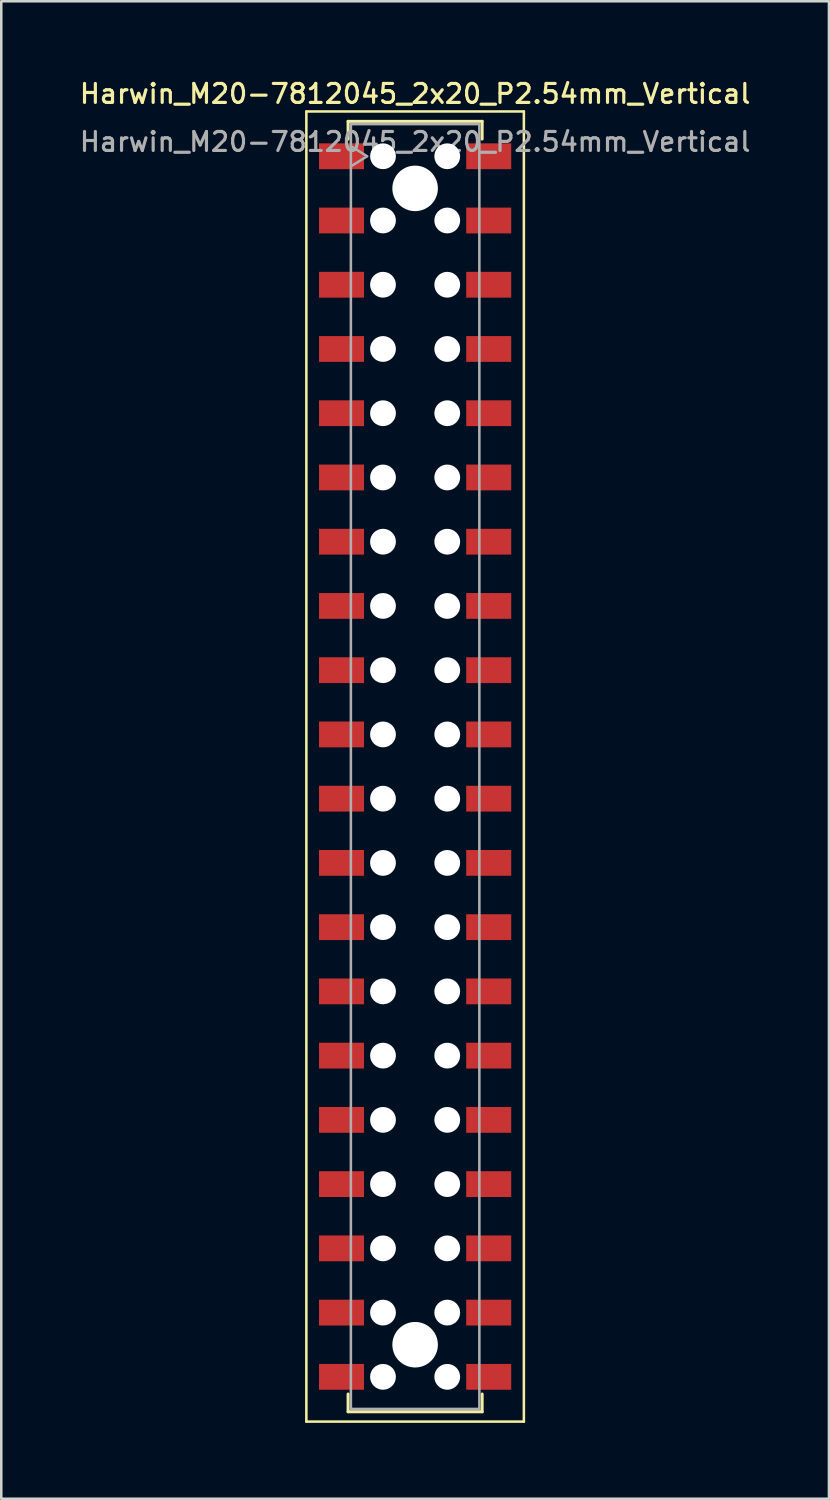
<source format=kicad_pcb>
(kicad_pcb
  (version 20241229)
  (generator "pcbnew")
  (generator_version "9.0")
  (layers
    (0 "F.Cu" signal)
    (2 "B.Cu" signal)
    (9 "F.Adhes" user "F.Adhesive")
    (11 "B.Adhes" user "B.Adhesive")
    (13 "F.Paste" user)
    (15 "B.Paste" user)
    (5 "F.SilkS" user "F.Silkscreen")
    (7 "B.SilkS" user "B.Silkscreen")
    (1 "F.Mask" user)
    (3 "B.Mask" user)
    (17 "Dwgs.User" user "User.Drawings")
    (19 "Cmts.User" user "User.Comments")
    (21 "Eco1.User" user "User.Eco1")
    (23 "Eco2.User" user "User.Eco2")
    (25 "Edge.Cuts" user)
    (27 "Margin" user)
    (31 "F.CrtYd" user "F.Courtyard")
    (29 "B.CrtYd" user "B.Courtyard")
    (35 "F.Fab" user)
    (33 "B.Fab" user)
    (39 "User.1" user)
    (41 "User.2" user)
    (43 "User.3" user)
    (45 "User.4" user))
  (footprint "Harwin_M20-7812045_2x20_P2.54mm_Vertical"
    (layer "F.Cu")
    (at 13.363 27.258)
    (property "Reference" "Harwin_M20-7812045_2x20_P2.54mm_Vertical" (at 0 -26.6 0) (layer "F.SilkS") (effects (font (size 0.75 0.75) (thickness 0.125))))
    (attr smd)
    (fp_line (start -4.3 -25.9) (end 4.3 -25.9) (stroke (width 0.1) (type solid)) (layer "F.SilkS"))
    (fp_line (start -4.3 25.9) (end -4.3 -25.9) (stroke (width 0.1) (type solid)) (layer "F.SilkS"))
    (fp_line (start -2.65 -25.51) (end 2.65 -25.51) (stroke (width 0.12) (type solid)) (layer "F.SilkS"))
    (fp_line (start -2.65 -24.81) (end -2.65 -25.51) (stroke (width 0.12) (type solid)) (layer "F.SilkS"))
    (fp_line (start -2.65 24.81) (end -2.65 25.51) (stroke (width 0.12) (type solid)) (layer "F.SilkS"))
    (fp_line (start -2.65 25.51) (end 2.65 25.51) (stroke (width 0.12) (type solid)) (layer "F.SilkS"))
    (fp_line (start 2.65 -25.51) (end 2.65 -24.81) (stroke (width 0.12) (type solid)) (layer "F.SilkS"))
    (fp_line (start 2.65 25.51) (end 2.65 24.81) (stroke (width 0.12) (type solid)) (layer "F.SilkS"))
    (fp_line (start 4.3 -25.9) (end 4.3 25.9) (stroke (width 0.1) (type solid)) (layer "F.SilkS"))
    (fp_line (start 4.3 25.9) (end -4.3 25.9) (stroke (width 0.1) (type solid)) (layer "F.SilkS"))
    (fp_line (start -2.54 -25.4) (end 2.54 -25.4) (stroke (width 0.1) (type solid)) (layer "F.Fab"))
    (fp_line (start -2.54 -24.53) (end -1.9 -24.13) (stroke (width 0.1) (type solid)) (layer "F.Fab"))
    (fp_line (start -2.54 25.4) (end -2.54 -25.4) (stroke (width 0.1) (type solid)) (layer "F.Fab"))
    (fp_line (start -1.9 -24.13) (end -2.54 -23.73) (stroke (width 0.1) (type solid)) (layer "F.Fab"))
    (fp_line (start 2.54 -25.4) (end 2.54 25.4) (stroke (width 0.1) (type solid)) (layer "F.Fab"))
    (fp_line (start 2.54 25.4) (end -2.54 25.4) (stroke (width 0.1) (type solid)) (layer "F.Fab"))
    (fp_text user "${REFERENCE}" (at 0 -24.7 0) (layer "F.Fab") (effects (font (size 0.75 0.75) (thickness 0.125))))
    (pad "" np_thru_hole circle (at -1.27 -24.13) (size 1.02 1.02) (drill 1.02) (layers "*.Cu" "*.Mask"))
    (pad "" np_thru_hole circle (at -1.27 -21.59) (size 1.02 1.02) (drill 1.02) (layers "*.Cu" "*.Mask"))
    (pad "" np_thru_hole circle (at -1.27 -19.05) (size 1.02 1.02) (drill 1.02) (layers "*.Cu" "*.Mask"))
    (pad "" np_thru_hole circle (at -1.27 -16.51) (size 1.02 1.02) (drill 1.02) (layers "*.Cu" "*.Mask"))
    (pad "" np_thru_hole circle (at -1.27 -13.97) (size 1.02 1.02) (drill 1.02) (layers "*.Cu" "*.Mask"))
    (pad "" np_thru_hole circle (at -1.27 -11.43) (size 1.02 1.02) (drill 1.02) (layers "*.Cu" "*.Mask"))
    (pad "" np_thru_hole circle (at -1.27 -8.89) (size 1.02 1.02) (drill 1.02) (layers "*.Cu" "*.Mask"))
    (pad "" np_thru_hole circle (at -1.27 -6.35) (size 1.02 1.02) (drill 1.02) (layers "*.Cu" "*.Mask"))
    (pad "" np_thru_hole circle (at -1.27 -3.81) (size 1.02 1.02) (drill 1.02) (layers "*.Cu" "*.Mask"))
    (pad "" np_thru_hole circle (at -1.27 -1.27) (size 1.02 1.02) (drill 1.02) (layers "*.Cu" "*.Mask"))
    (pad "" np_thru_hole circle (at -1.27 1.27) (size 1.02 1.02) (drill 1.02) (layers "*.Cu" "*.Mask"))
    (pad "" np_thru_hole circle (at -1.27 3.81) (size 1.02 1.02) (drill 1.02) (layers "*.Cu" "*.Mask"))
    (pad "" np_thru_hole circle (at -1.27 6.35) (size 1.02 1.02) (drill 1.02) (layers "*.Cu" "*.Mask"))
    (pad "" np_thru_hole circle (at -1.27 8.89) (size 1.02 1.02) (drill 1.02) (layers "*.Cu" "*.Mask"))
    (pad "" np_thru_hole circle (at -1.27 11.43) (size 1.02 1.02) (drill 1.02) (layers "*.Cu" "*.Mask"))
    (pad "" np_thru_hole circle (at -1.27 13.97) (size 1.02 1.02) (drill 1.02) (layers "*.Cu" "*.Mask"))
    (pad "" np_thru_hole circle (at -1.27 16.51) (size 1.02 1.02) (drill 1.02) (layers "*.Cu" "*.Mask"))
    (pad "" np_thru_hole circle (at -1.27 19.05) (size 1.02 1.02) (drill 1.02) (layers "*.Cu" "*.Mask"))
    (pad "" np_thru_hole circle (at -1.27 21.59) (size 1.02 1.02) (drill 1.02) (layers "*.Cu" "*.Mask"))
    (pad "" np_thru_hole circle (at -1.27 24.13) (size 1.02 1.02) (drill 1.02) (layers "*.Cu" "*.Mask"))
    (pad "" np_thru_hole circle (at 0 -22.86) (size 1.8 1.8) (drill 1.8) (layers "*.Cu" "*.Mask"))
    (pad "" np_thru_hole circle (at 0 22.86) (size 1.8 1.8) (drill 1.8) (layers "*.Cu" "*.Mask"))
    (pad "" np_thru_hole circle (at 1.27 -24.13) (size 1.02 1.02) (drill 1.02) (layers "*.Cu" "*.Mask"))
    (pad "" np_thru_hole circle (at 1.27 -21.59) (size 1.02 1.02) (drill 1.02) (layers "*.Cu" "*.Mask"))
    (pad "" np_thru_hole circle (at 1.27 -19.05) (size 1.02 1.02) (drill 1.02) (layers "*.Cu" "*.Mask"))
    (pad "" np_thru_hole circle (at 1.27 -16.51) (size 1.02 1.02) (drill 1.02) (layers "*.Cu" "*.Mask"))
    (pad "" np_thru_hole circle (at 1.27 -13.97) (size 1.02 1.02) (drill 1.02) (layers "*.Cu" "*.Mask"))
    (pad "" np_thru_hole circle (at 1.27 -11.43) (size 1.02 1.02) (drill 1.02) (layers "*.Cu" "*.Mask"))
    (pad "" np_thru_hole circle (at 1.27 -8.89) (size 1.02 1.02) (drill 1.02) (layers "*.Cu" "*.Mask"))
    (pad "" np_thru_hole circle (at 1.27 -6.35) (size 1.02 1.02) (drill 1.02) (layers "*.Cu" "*.Mask"))
    (pad "" np_thru_hole circle (at 1.27 -3.81) (size 1.02 1.02) (drill 1.02) (layers "*.Cu" "*.Mask"))
    (pad "" np_thru_hole circle (at 1.27 -1.27) (size 1.02 1.02) (drill 1.02) (layers "*.Cu" "*.Mask"))
    (pad "" np_thru_hole circle (at 1.27 1.27) (size 1.02 1.02) (drill 1.02) (layers "*.Cu" "*.Mask"))
    (pad "" np_thru_hole circle (at 1.27 3.81) (size 1.02 1.02) (drill 1.02) (layers "*.Cu" "*.Mask"))
    (pad "" np_thru_hole circle (at 1.27 6.35) (size 1.02 1.02) (drill 1.02) (layers "*.Cu" "*.Mask"))
    (pad "" np_thru_hole circle (at 1.27 8.89) (size 1.02 1.02) (drill 1.02) (layers "*.Cu" "*.Mask"))
    (pad "" np_thru_hole circle (at 1.27 11.43) (size 1.02 1.02) (drill 1.02) (layers "*.Cu" "*.Mask"))
    (pad "" np_thru_hole circle (at 1.27 13.97) (size 1.02 1.02) (drill 1.02) (layers "*.Cu" "*.Mask"))
    (pad "" np_thru_hole circle (at 1.27 16.51) (size 1.02 1.02) (drill 1.02) (layers "*.Cu" "*.Mask"))
    (pad "" np_thru_hole circle (at 1.27 19.05) (size 1.02 1.02) (drill 1.02) (layers "*.Cu" "*.Mask"))
    (pad "" np_thru_hole circle (at 1.27 21.59) (size 1.02 1.02) (drill 1.02) (layers "*.Cu" "*.Mask"))
    (pad "" np_thru_hole circle (at 1.27 24.13) (size 1.02 1.02) (drill 1.02) (layers "*.Cu" "*.Mask"))
    (pad "1" smd rect (at -2.91 -24.13) (size 1.78 1.02) (layers "F.Cu" "F.Mask" "F.Paste"))
    (pad "2" smd rect (at -2.91 -21.59) (size 1.78 1.02) (layers "F.Cu" "F.Mask" "F.Paste"))
    (pad "3" smd rect (at -2.91 -19.05) (size 1.78 1.02) (layers "F.Cu" "F.Mask" "F.Paste"))
    (pad "4" smd rect (at -2.91 -16.51) (size 1.78 1.02) (layers "F.Cu" "F.Mask" "F.Paste"))
    (pad "5" smd rect (at -2.91 -13.97) (size 1.78 1.02) (layers "F.Cu" "F.Mask" "F.Paste"))
    (pad "6" smd rect (at -2.91 -11.43) (size 1.78 1.02) (layers "F.Cu" "F.Mask" "F.Paste"))
    (pad "7" smd rect (at -2.91 -8.89) (size 1.78 1.02) (layers "F.Cu" "F.Mask" "F.Paste"))
    (pad "8" smd rect (at -2.91 -6.35) (size 1.78 1.02) (layers "F.Cu" "F.Mask" "F.Paste"))
    (pad "9" smd rect (at -2.91 -3.81) (size 1.78 1.02) (layers "F.Cu" "F.Mask" "F.Paste"))
    (pad "10" smd rect (at -2.91 -1.27) (size 1.78 1.02) (layers "F.Cu" "F.Mask" "F.Paste"))
    (pad "11" smd rect (at -2.91 1.27) (size 1.78 1.02) (layers "F.Cu" "F.Mask" "F.Paste"))
    (pad "12" smd rect (at -2.91 3.81) (size 1.78 1.02) (layers "F.Cu" "F.Mask" "F.Paste"))
    (pad "13" smd rect (at -2.91 6.35) (size 1.78 1.02) (layers "F.Cu" "F.Mask" "F.Paste"))
    (pad "14" smd rect (at -2.91 8.89) (size 1.78 1.02) (layers "F.Cu" "F.Mask" "F.Paste"))
    (pad "15" smd rect (at -2.91 11.43) (size 1.78 1.02) (layers "F.Cu" "F.Mask" "F.Paste"))
    (pad "16" smd rect (at -2.91 13.97) (size 1.78 1.02) (layers "F.Cu" "F.Mask" "F.Paste"))
    (pad "17" smd rect (at -2.91 16.51) (size 1.78 1.02) (layers "F.Cu" "F.Mask" "F.Paste"))
    (pad "18" smd rect (at -2.91 19.05) (size 1.78 1.02) (layers "F.Cu" "F.Mask" "F.Paste"))
    (pad "19" smd rect (at -2.91 21.59) (size 1.78 1.02) (layers "F.Cu" "F.Mask" "F.Paste"))
    (pad "20" smd rect (at -2.91 24.13) (size 1.78 1.02) (layers "F.Cu" "F.Mask" "F.Paste"))
    (pad "21" smd rect (at 2.91 -24.13) (size 1.78 1.02) (layers "F.Cu" "F.Mask" "F.Paste"))
    (pad "22" smd rect (at 2.91 -21.59) (size 1.78 1.02) (layers "F.Cu" "F.Mask" "F.Paste"))
    (pad "23" smd rect (at 2.91 -19.05) (size 1.78 1.02) (layers "F.Cu" "F.Mask" "F.Paste"))
    (pad "24" smd rect (at 2.91 -16.51) (size 1.78 1.02) (layers "F.Cu" "F.Mask" "F.Paste"))
    (pad "25" smd rect (at 2.91 -13.97) (size 1.78 1.02) (layers "F.Cu" "F.Mask" "F.Paste"))
    (pad "26" smd rect (at 2.91 -11.43) (size 1.78 1.02) (layers "F.Cu" "F.Mask" "F.Paste"))
    (pad "27" smd rect (at 2.91 -8.89) (size 1.78 1.02) (layers "F.Cu" "F.Mask" "F.Paste"))
    (pad "28" smd rect (at 2.91 -6.35) (size 1.78 1.02) (layers "F.Cu" "F.Mask" "F.Paste"))
    (pad "29" smd rect (at 2.91 -3.81) (size 1.78 1.02) (layers "F.Cu" "F.Mask" "F.Paste"))
    (pad "30" smd rect (at 2.91 -1.27) (size 1.78 1.02) (layers "F.Cu" "F.Mask" "F.Paste"))
    (pad "31" smd rect (at 2.91 1.27) (size 1.78 1.02) (layers "F.Cu" "F.Mask" "F.Paste"))
    (pad "32" smd rect (at 2.91 3.81) (size 1.78 1.02) (layers "F.Cu" "F.Mask" "F.Paste"))
    (pad "33" smd rect (at 2.91 6.35) (size 1.78 1.02) (layers "F.Cu" "F.Mask" "F.Paste"))
    (pad "34" smd rect (at 2.91 8.89) (size 1.78 1.02) (layers "F.Cu" "F.Mask" "F.Paste"))
    (pad "35" smd rect (at 2.91 11.43) (size 1.78 1.02) (layers "F.Cu" "F.Mask" "F.Paste"))
    (pad "36" smd rect (at 2.91 13.97) (size 1.78 1.02) (layers "F.Cu" "F.Mask" "F.Paste"))
    (pad "37" smd rect (at 2.91 16.51) (size 1.78 1.02) (layers "F.Cu" "F.Mask" "F.Paste"))
    (pad "38" smd rect (at 2.91 19.05) (size 1.78 1.02) (layers "F.Cu" "F.Mask" "F.Paste"))
    (pad "39" smd rect (at 2.91 21.59) (size 1.78 1.02) (layers "F.Cu" "F.Mask" "F.Paste"))
    (pad "40" smd rect (at 2.91 24.13) (size 1.78 1.02) (layers "F.Cu" "F.Mask" "F.Paste")))
  (gr_rect
    (start -3 -3)
    (end 29.725 56.208)
    (stroke (width 0.1) (type default))
    (fill no)
    (layer "Edge.Cuts")))
</source>
